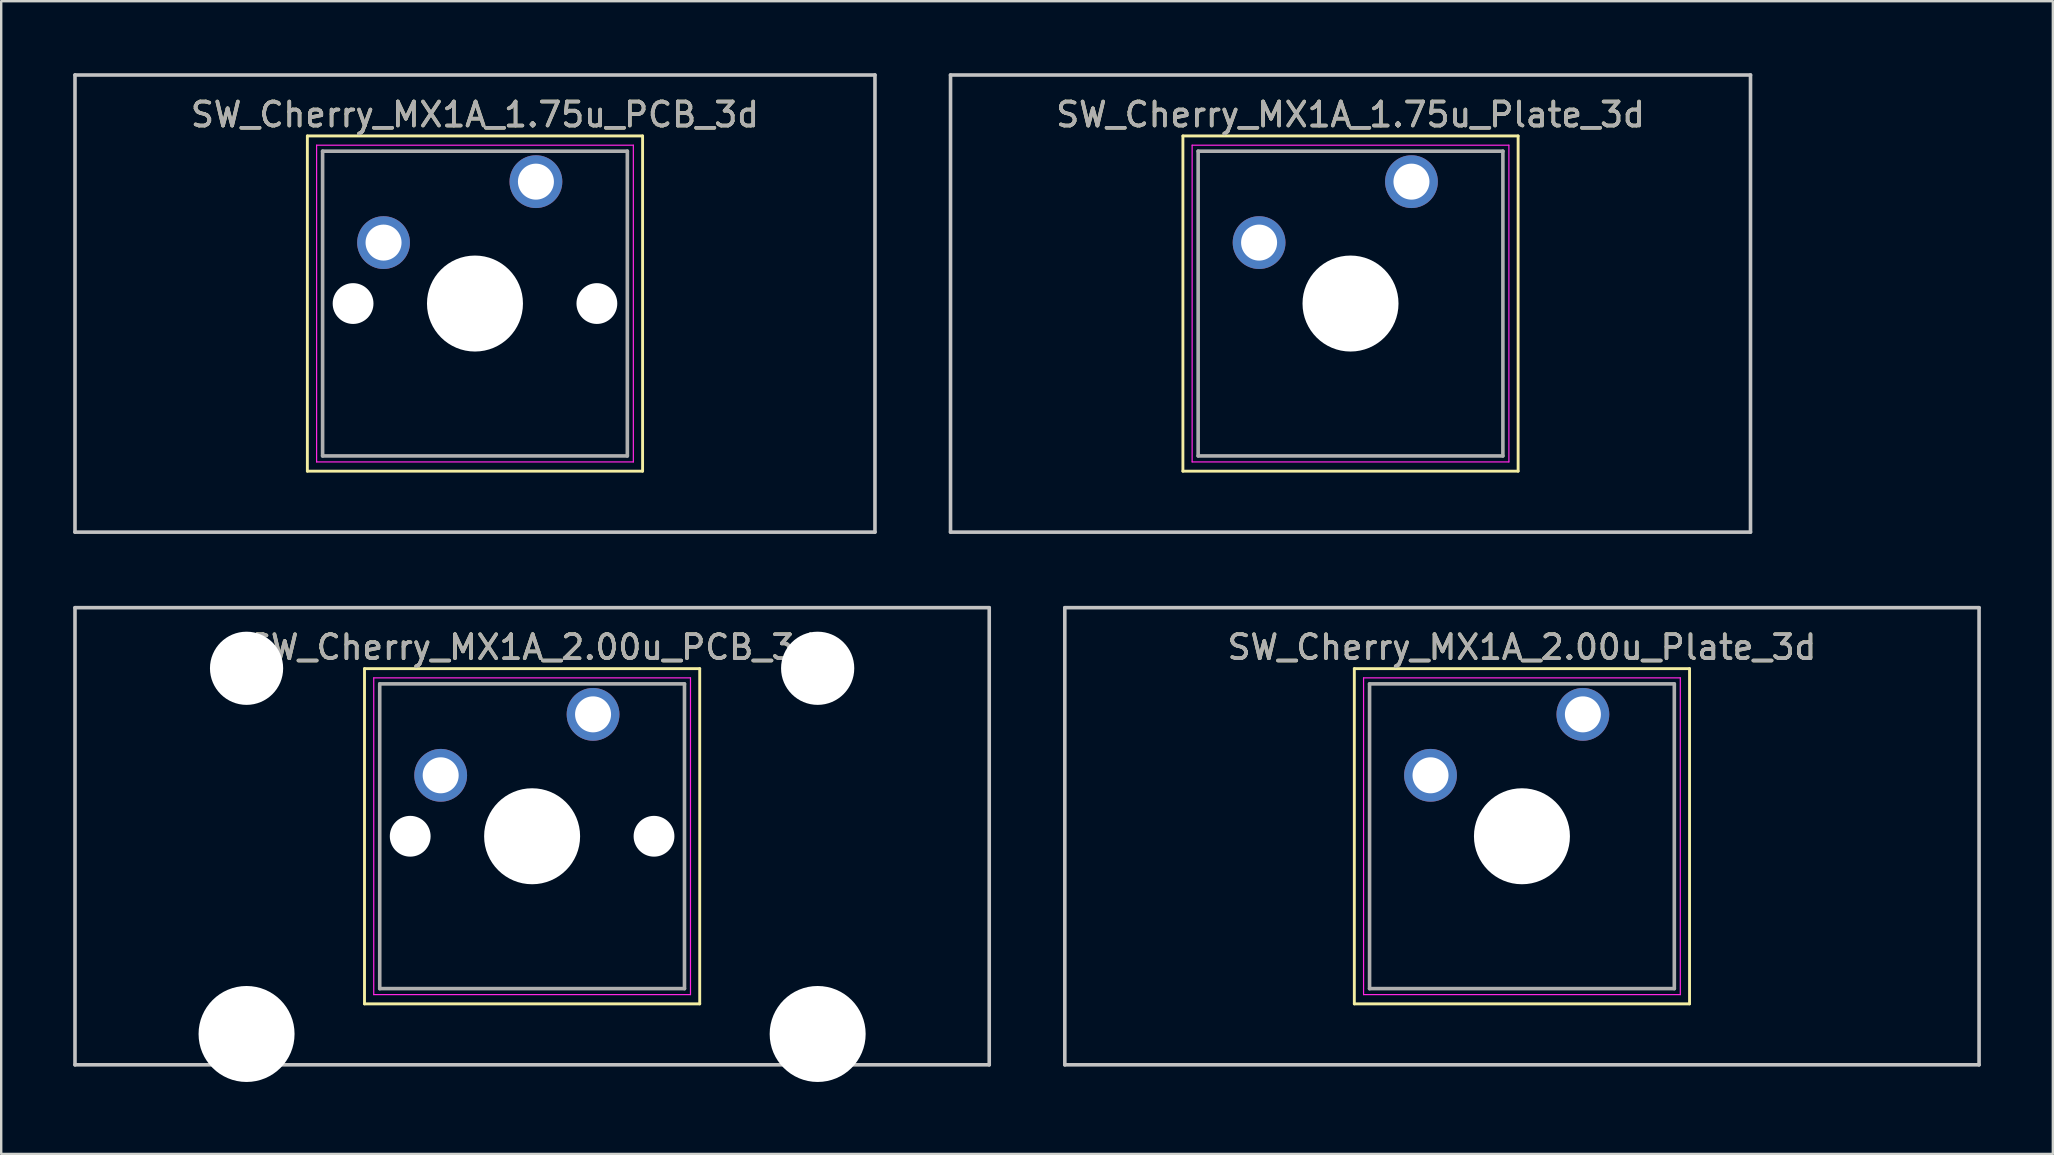
<source format=kicad_pcb>
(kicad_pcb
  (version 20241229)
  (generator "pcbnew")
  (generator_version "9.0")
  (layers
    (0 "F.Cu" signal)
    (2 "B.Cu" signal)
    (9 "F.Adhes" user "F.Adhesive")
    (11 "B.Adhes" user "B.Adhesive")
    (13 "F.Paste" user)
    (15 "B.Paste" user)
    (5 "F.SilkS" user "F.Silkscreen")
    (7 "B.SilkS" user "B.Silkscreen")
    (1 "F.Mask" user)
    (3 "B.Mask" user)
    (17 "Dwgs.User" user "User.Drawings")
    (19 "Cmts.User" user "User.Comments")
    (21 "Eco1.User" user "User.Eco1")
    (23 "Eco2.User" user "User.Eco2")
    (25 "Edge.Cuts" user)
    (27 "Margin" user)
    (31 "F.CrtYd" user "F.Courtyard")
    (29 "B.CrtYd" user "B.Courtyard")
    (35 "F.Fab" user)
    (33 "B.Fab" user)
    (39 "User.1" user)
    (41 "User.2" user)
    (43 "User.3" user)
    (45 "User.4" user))
  (footprint "SW_Cherry_MX1A_2.00u_Plate_3d"
    (layer "F.Cu")
    (at 62.915 26.72)
    (property "Reference" "SW_Cherry_MX1A_2.00u_Plate_3d" (at -2.54 -2.794 0) (layer "F.SilkS") (effects (font (size 1 1) (thickness 0.15))))
    (attr through_hole)
    (fp_line (start -9.525 -1.905) (end 4.445 -1.905) (stroke (width 0.12) (type solid)) (layer "F.SilkS"))
    (fp_line (start -9.525 12.065) (end -9.525 -1.905) (stroke (width 0.12) (type solid)) (layer "F.SilkS"))
    (fp_line (start 4.445 -1.905) (end 4.445 12.065) (stroke (width 0.12) (type solid)) (layer "F.SilkS"))
    (fp_line (start 4.445 12.065) (end -9.525 12.065) (stroke (width 0.12) (type solid)) (layer "F.SilkS"))
    (fp_line (start -21.59 -4.445) (end 16.51 -4.445) (stroke (width 0.15) (type solid)) (layer "Dwgs.User"))
    (fp_line (start -21.59 14.605) (end -21.59 -4.445) (stroke (width 0.15) (type solid)) (layer "Dwgs.User"))
    (fp_line (start 16.51 -4.445) (end 16.51 14.605) (stroke (width 0.15) (type solid)) (layer "Dwgs.User"))
    (fp_line (start 16.51 14.605) (end -21.59 14.605) (stroke (width 0.15) (type solid)) (layer "Dwgs.User"))
    (fp_line (start -9.14 -1.52) (end 4.06 -1.52) (stroke (width 0.05) (type solid)) (layer "F.CrtYd"))
    (fp_line (start -9.14 11.68) (end -9.14 -1.52) (stroke (width 0.05) (type solid)) (layer "F.CrtYd"))
    (fp_line (start 4.06 -1.52) (end 4.06 11.68) (stroke (width 0.05) (type solid)) (layer "F.CrtYd"))
    (fp_line (start 4.06 11.68) (end -9.14 11.68) (stroke (width 0.05) (type solid)) (layer "F.CrtYd"))
    (fp_line (start -8.89 -1.27) (end 3.81 -1.27) (stroke (width 0.15) (type solid)) (layer "F.Fab"))
    (fp_line (start -8.89 11.43) (end -8.89 -1.27) (stroke (width 0.15) (type solid)) (layer "F.Fab"))
    (fp_line (start 3.81 -1.27) (end 3.81 11.43) (stroke (width 0.15) (type solid)) (layer "F.Fab"))
    (fp_line (start 3.81 11.43) (end -8.89 11.43) (stroke (width 0.15) (type solid)) (layer "F.Fab"))
    (fp_text user "${REFERENCE}" (at -2.54 -2.794 0) (layer "F.Fab") (effects (font (size 1 1) (thickness 0.15))))
    (pad "" np_thru_hole circle (at -2.54 5.08) (size 4 4) (drill 4) (layers "*.Cu" "*.Mask"))
    (pad "1" thru_hole circle (at 0 0) (size 2.2 2.2) (drill 1.5) (layers "*.Cu" "*.Mask"))
    (pad "2" thru_hole circle (at -6.35 2.54) (size 2.2 2.2) (drill 1.5) (layers "*.Cu" "*.Mask")))
  (footprint "SW_Cherry_MX1A_1.75u_PCB_3d"
    (layer "F.Cu")
    (at 19.284 4.52)
    (property "Reference" "SW_Cherry_MX1A_1.75u_PCB_3d" (at -2.54 -2.794 0) (layer "F.SilkS") (effects (font (size 1 1) (thickness 0.15))))
    (attr through_hole)
    (fp_line (start -9.525 -1.905) (end 4.445 -1.905) (stroke (width 0.12) (type solid)) (layer "F.SilkS"))
    (fp_line (start -9.525 12.065) (end -9.525 -1.905) (stroke (width 0.12) (type solid)) (layer "F.SilkS"))
    (fp_line (start 4.445 -1.905) (end 4.445 12.065) (stroke (width 0.12) (type solid)) (layer "F.SilkS"))
    (fp_line (start 4.445 12.065) (end -9.525 12.065) (stroke (width 0.12) (type solid)) (layer "F.SilkS"))
    (fp_line (start -19.209 -4.445) (end 14.129 -4.445) (stroke (width 0.15) (type solid)) (layer "Dwgs.User"))
    (fp_line (start -19.209 14.605) (end -19.209 -4.445) (stroke (width 0.15) (type solid)) (layer "Dwgs.User"))
    (fp_line (start 14.129 -4.445) (end 14.129 14.605) (stroke (width 0.15) (type solid)) (layer "Dwgs.User"))
    (fp_line (start 14.129 14.605) (end -19.209 14.605) (stroke (width 0.15) (type solid)) (layer "Dwgs.User"))
    (fp_line (start -9.14 -1.52) (end 4.06 -1.52) (stroke (width 0.05) (type solid)) (layer "F.CrtYd"))
    (fp_line (start -9.14 11.68) (end -9.14 -1.52) (stroke (width 0.05) (type solid)) (layer "F.CrtYd"))
    (fp_line (start 4.06 -1.52) (end 4.06 11.68) (stroke (width 0.05) (type solid)) (layer "F.CrtYd"))
    (fp_line (start 4.06 11.68) (end -9.14 11.68) (stroke (width 0.05) (type solid)) (layer "F.CrtYd"))
    (fp_line (start -8.89 -1.27) (end 3.81 -1.27) (stroke (width 0.15) (type solid)) (layer "F.Fab"))
    (fp_line (start -8.89 11.43) (end -8.89 -1.27) (stroke (width 0.15) (type solid)) (layer "F.Fab"))
    (fp_line (start 3.81 -1.27) (end 3.81 11.43) (stroke (width 0.15) (type solid)) (layer "F.Fab"))
    (fp_line (start 3.81 11.43) (end -8.89 11.43) (stroke (width 0.15) (type solid)) (layer "F.Fab"))
    (fp_text user "${REFERENCE}" (at -2.54 -2.794 0) (layer "F.Fab") (effects (font (size 1 1) (thickness 0.15))))
    (pad "" np_thru_hole circle (at -7.62 5.08) (size 1.7 1.7) (drill 1.7) (layers "*.Cu" "*.Mask"))
    (pad "" np_thru_hole circle (at -2.54 5.08) (size 4 4) (drill 4) (layers "*.Cu" "*.Mask"))
    (pad "" np_thru_hole circle (at 2.54 5.08) (size 1.7 1.7) (drill 1.7) (layers "*.Cu" "*.Mask"))
    (pad "1" thru_hole circle (at 0 0) (size 2.2 2.2) (drill 1.5) (layers "*.Cu" "*.Mask"))
    (pad "2" thru_hole circle (at -6.35 2.54) (size 2.2 2.2) (drill 1.5) (layers "*.Cu" "*.Mask")))
  (footprint "SW_Cherry_MX1A_1.75u_Plate_3d"
    (layer "F.Cu")
    (at 55.771 4.52)
    (property "Reference" "SW_Cherry_MX1A_1.75u_Plate_3d" (at -2.54 -2.794 0) (layer "F.SilkS") (effects (font (size 1 1) (thickness 0.15))))
    (attr through_hole)
    (fp_line (start -9.525 -1.905) (end 4.445 -1.905) (stroke (width 0.12) (type solid)) (layer "F.SilkS"))
    (fp_line (start -9.525 12.065) (end -9.525 -1.905) (stroke (width 0.12) (type solid)) (layer "F.SilkS"))
    (fp_line (start 4.445 -1.905) (end 4.445 12.065) (stroke (width 0.12) (type solid)) (layer "F.SilkS"))
    (fp_line (start 4.445 12.065) (end -9.525 12.065) (stroke (width 0.12) (type solid)) (layer "F.SilkS"))
    (fp_line (start -19.209 -4.445) (end 14.129 -4.445) (stroke (width 0.15) (type solid)) (layer "Dwgs.User"))
    (fp_line (start -19.209 14.605) (end -19.209 -4.445) (stroke (width 0.15) (type solid)) (layer "Dwgs.User"))
    (fp_line (start 14.129 -4.445) (end 14.129 14.605) (stroke (width 0.15) (type solid)) (layer "Dwgs.User"))
    (fp_line (start 14.129 14.605) (end -19.209 14.605) (stroke (width 0.15) (type solid)) (layer "Dwgs.User"))
    (fp_line (start -9.14 -1.52) (end 4.06 -1.52) (stroke (width 0.05) (type solid)) (layer "F.CrtYd"))
    (fp_line (start -9.14 11.68) (end -9.14 -1.52) (stroke (width 0.05) (type solid)) (layer "F.CrtYd"))
    (fp_line (start 4.06 -1.52) (end 4.06 11.68) (stroke (width 0.05) (type solid)) (layer "F.CrtYd"))
    (fp_line (start 4.06 11.68) (end -9.14 11.68) (stroke (width 0.05) (type solid)) (layer "F.CrtYd"))
    (fp_line (start -8.89 -1.27) (end 3.81 -1.27) (stroke (width 0.15) (type solid)) (layer "F.Fab"))
    (fp_line (start -8.89 11.43) (end -8.89 -1.27) (stroke (width 0.15) (type solid)) (layer "F.Fab"))
    (fp_line (start 3.81 -1.27) (end 3.81 11.43) (stroke (width 0.15) (type solid)) (layer "F.Fab"))
    (fp_line (start 3.81 11.43) (end -8.89 11.43) (stroke (width 0.15) (type solid)) (layer "F.Fab"))
    (fp_text user "${REFERENCE}" (at -2.54 -2.794 0) (layer "F.Fab") (effects (font (size 1 1) (thickness 0.15))))
    (pad "" np_thru_hole circle (at -2.54 5.08) (size 4 4) (drill 4) (layers "*.Cu" "*.Mask"))
    (pad "1" thru_hole circle (at 0 0) (size 2.2 2.2) (drill 1.5) (layers "*.Cu" "*.Mask"))
    (pad "2" thru_hole circle (at -6.35 2.54) (size 2.2 2.2) (drill 1.5) (layers "*.Cu" "*.Mask")))
  (footprint "SW_Cherry_MX1A_2.00u_PCB_3d"
    (layer "F.Cu")
    (at 21.665 26.72)
    (property "Reference" "SW_Cherry_MX1A_2.00u_PCB_3d" (at -2.54 -2.794 0) (layer "F.SilkS") (effects (font (size 1 1) (thickness 0.15))))
    (attr through_hole)
    (fp_line (start -9.525 -1.905) (end 4.445 -1.905) (stroke (width 0.12) (type solid)) (layer "F.SilkS"))
    (fp_line (start -9.525 12.065) (end -9.525 -1.905) (stroke (width 0.12) (type solid)) (layer "F.SilkS"))
    (fp_line (start 4.445 -1.905) (end 4.445 12.065) (stroke (width 0.12) (type solid)) (layer "F.SilkS"))
    (fp_line (start 4.445 12.065) (end -9.525 12.065) (stroke (width 0.12) (type solid)) (layer "F.SilkS"))
    (fp_line (start -21.59 -4.445) (end 16.51 -4.445) (stroke (width 0.15) (type solid)) (layer "Dwgs.User"))
    (fp_line (start -21.59 14.605) (end -21.59 -4.445) (stroke (width 0.15) (type solid)) (layer "Dwgs.User"))
    (fp_line (start 16.51 -4.445) (end 16.51 14.605) (stroke (width 0.15) (type solid)) (layer "Dwgs.User"))
    (fp_line (start 16.51 14.605) (end -21.59 14.605) (stroke (width 0.15) (type solid)) (layer "Dwgs.User"))
    (fp_line (start -9.14 -1.52) (end 4.06 -1.52) (stroke (width 0.05) (type solid)) (layer "F.CrtYd"))
    (fp_line (start -9.14 11.68) (end -9.14 -1.52) (stroke (width 0.05) (type solid)) (layer "F.CrtYd"))
    (fp_line (start 4.06 -1.52) (end 4.06 11.68) (stroke (width 0.05) (type solid)) (layer "F.CrtYd"))
    (fp_line (start 4.06 11.68) (end -9.14 11.68) (stroke (width 0.05) (type solid)) (layer "F.CrtYd"))
    (fp_line (start -8.89 -1.27) (end 3.81 -1.27) (stroke (width 0.15) (type solid)) (layer "F.Fab"))
    (fp_line (start -8.89 11.43) (end -8.89 -1.27) (stroke (width 0.15) (type solid)) (layer "F.Fab"))
    (fp_line (start 3.81 -1.27) (end 3.81 11.43) (stroke (width 0.15) (type solid)) (layer "F.Fab"))
    (fp_line (start 3.81 11.43) (end -8.89 11.43) (stroke (width 0.15) (type solid)) (layer "F.Fab"))
    (fp_text user "${REFERENCE}" (at -2.54 -2.794 0) (layer "F.Fab") (effects (font (size 1 1) (thickness 0.15))))
    (pad "" np_thru_hole circle (at -14.44 -1.92) (size 3.05 3.05) (drill 3.05) (layers "*.Cu" "*.Mask"))
    (pad "" np_thru_hole circle (at -14.44 13.32) (size 4 4) (drill 4) (layers "*.Cu" "*.Mask"))
    (pad "" np_thru_hole circle (at -7.62 5.08) (size 1.7 1.7) (drill 1.7) (layers "*.Cu" "*.Mask"))
    (pad "" np_thru_hole circle (at -2.54 5.08) (size 4 4) (drill 4) (layers "*.Cu" "*.Mask"))
    (pad "" np_thru_hole circle (at 2.54 5.08) (size 1.7 1.7) (drill 1.7) (layers "*.Cu" "*.Mask"))
    (pad "" np_thru_hole circle (at 9.36 -1.92) (size 3.05 3.05) (drill 3.05) (layers "*.Cu" "*.Mask"))
    (pad "" np_thru_hole circle (at 9.36 13.32) (size 4 4) (drill 4) (layers "*.Cu" "*.Mask"))
    (pad "1" thru_hole circle (at 0 0) (size 2.2 2.2) (drill 1.5) (layers "*.Cu" "*.Mask"))
    (pad "2" thru_hole circle (at -6.35 2.54) (size 2.2 2.2) (drill 1.5) (layers "*.Cu" "*.Mask")))
  (gr_rect
    (start -3 -3)
    (end 82.5 45.04)
    (stroke (width 0.1) (type default))
    (fill no)
    (layer "Edge.Cuts")))
</source>
